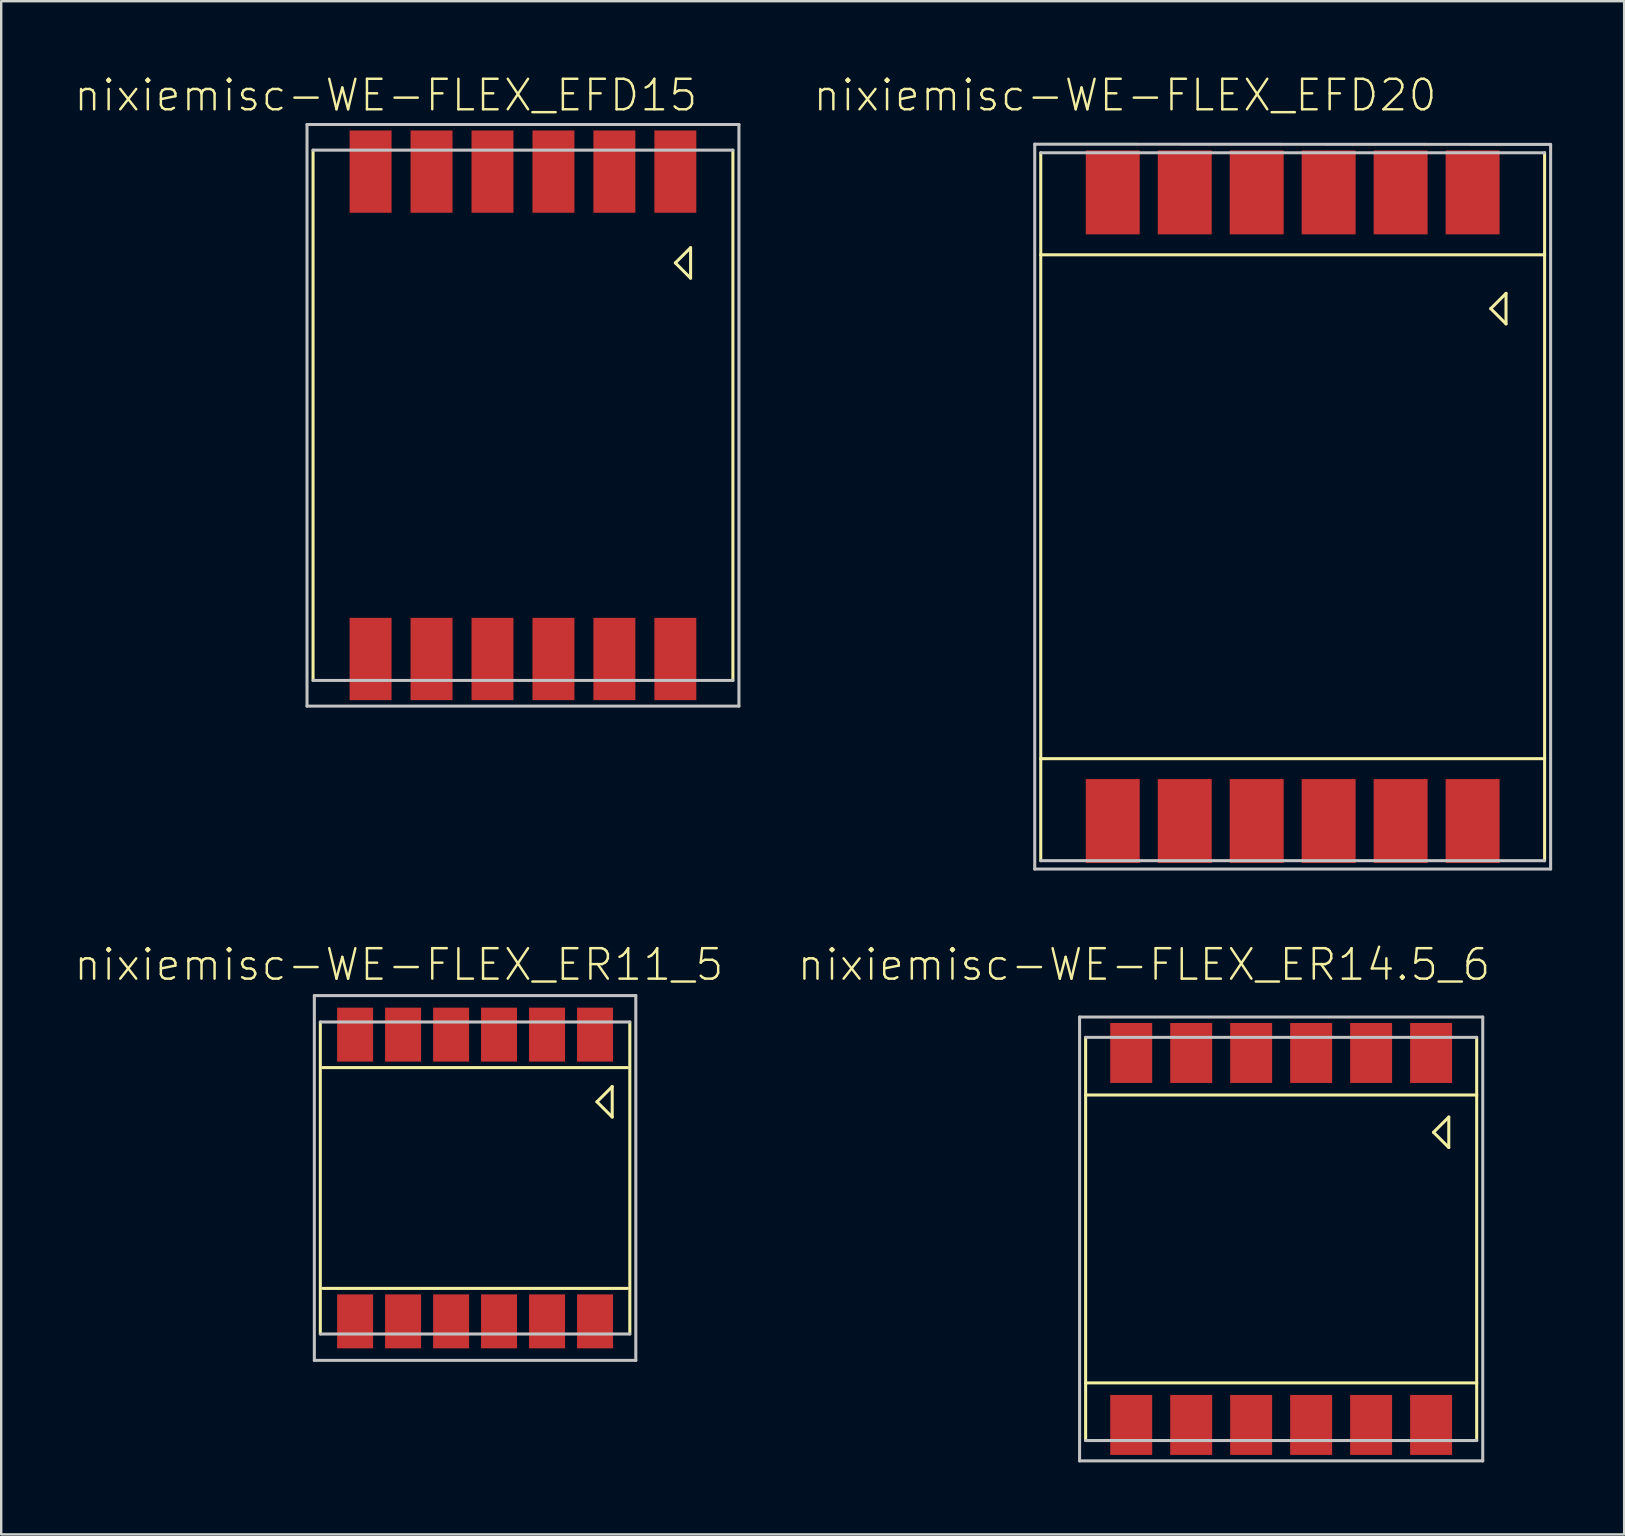
<source format=kicad_pcb>
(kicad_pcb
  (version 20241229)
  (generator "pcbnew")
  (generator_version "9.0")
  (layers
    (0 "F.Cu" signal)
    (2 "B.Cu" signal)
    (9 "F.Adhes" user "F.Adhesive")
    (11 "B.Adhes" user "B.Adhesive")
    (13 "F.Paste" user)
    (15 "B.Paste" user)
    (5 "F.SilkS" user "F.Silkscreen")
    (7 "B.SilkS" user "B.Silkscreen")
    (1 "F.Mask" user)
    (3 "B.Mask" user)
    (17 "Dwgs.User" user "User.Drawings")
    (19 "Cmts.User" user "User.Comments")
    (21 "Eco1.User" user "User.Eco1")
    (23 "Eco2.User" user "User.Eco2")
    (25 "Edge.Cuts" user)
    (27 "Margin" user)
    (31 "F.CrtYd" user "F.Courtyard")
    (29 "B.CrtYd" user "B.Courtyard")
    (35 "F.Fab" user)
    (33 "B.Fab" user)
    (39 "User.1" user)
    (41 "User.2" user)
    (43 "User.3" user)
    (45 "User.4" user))
  (footprint "nixiemisc-WE-FLEX_ER14.5_6"
    (layer "F.Cu")
    (at 50.338 48.579)
    (property "Reference" "nixiemisc-WE-FLEX_ER14.5_6" (at -5.715 -11.43 0) (unlocked yes) (layer "F.SilkS") (effects (font (size 1.27 1.27) (thickness 0.102))))
    (attr smd)
    (fp_line (start -8.148 -8.4) (end -8.148 -5.999) (stroke (width 0.127) (type solid)) (layer "F.SilkS"))
    (fp_line (start -8.148 -5.999) (end -8.148 5.999) (stroke (width 0.127) (type solid)) (layer "F.SilkS"))
    (fp_line (start -8.148 5.999) (end -8.148 8.4) (stroke (width 0.127) (type solid)) (layer "F.SilkS"))
    (fp_line (start 6.35 -4.445) (end 6.985 -5.08) (stroke (width 0.127) (type solid)) (layer "F.SilkS"))
    (fp_line (start 6.985 -5.08) (end 6.985 -3.81) (stroke (width 0.127) (type solid)) (layer "F.SilkS"))
    (fp_line (start 6.985 -3.81) (end 6.35 -4.445) (stroke (width 0.127) (type solid)) (layer "F.SilkS"))
    (fp_line (start 8.148 -5.999) (end -8.148 -5.999) (stroke (width 0.127) (type solid)) (layer "F.SilkS"))
    (fp_line (start 8.148 -5.999) (end 8.148 -8.4) (stroke (width 0.127) (type solid)) (layer "F.SilkS"))
    (fp_line (start 8.148 5.999) (end -8.148 5.999) (stroke (width 0.127) (type solid)) (layer "F.SilkS"))
    (fp_line (start 8.148 5.999) (end 8.148 -5.999) (stroke (width 0.127) (type solid)) (layer "F.SilkS"))
    (fp_line (start 8.148 8.4) (end 8.148 5.999) (stroke (width 0.127) (type solid)) (layer "F.SilkS"))
    (fp_line (start -8.4 -9.248) (end -8.4 9.248) (stroke (width 0.127) (type solid)) (layer "Dwgs.User"))
    (fp_line (start -8.4 9.248) (end 8.4 9.248) (stroke (width 0.127) (type solid)) (layer "Dwgs.User"))
    (fp_line (start -8.148 8.4) (end 8.148 8.4) (stroke (width 0.127) (type solid)) (layer "Dwgs.User"))
    (fp_line (start 8.148 -8.4) (end -8.148 -8.4) (stroke (width 0.127) (type solid)) (layer "Dwgs.User"))
    (fp_line (start 8.4 -9.248) (end -8.4 -9.248) (stroke (width 0.127) (type solid)) (layer "Dwgs.User"))
    (fp_line (start 8.4 9.248) (end 8.4 -9.248) (stroke (width 0.127) (type solid)) (layer "Dwgs.User"))
    (pad "1" smd rect (at 6.248 -7.75 180) (size 1.748 2.499) (layers "F.Cu" "F.Mask" "F.Paste"))
    (pad "2" smd rect (at 3.749 -7.75 180) (size 1.748 2.499) (layers "F.Cu" "F.Mask" "F.Paste"))
    (pad "3" smd rect (at 1.25 -7.75 180) (size 1.748 2.499) (layers "F.Cu" "F.Mask" "F.Paste"))
    (pad "4" smd rect (at -1.25 -7.75 180) (size 1.748 2.499) (layers "F.Cu" "F.Mask" "F.Paste"))
    (pad "5" smd rect (at -3.749 -7.75 180) (size 1.748 2.499) (layers "F.Cu" "F.Mask" "F.Paste"))
    (pad "6" smd rect (at -6.248 -7.75 180) (size 1.748 2.499) (layers "F.Cu" "F.Mask" "F.Paste"))
    (pad "7" smd rect (at -6.248 7.75 180) (size 1.748 2.499) (layers "F.Cu" "F.Mask" "F.Paste"))
    (pad "8" smd rect (at -3.749 7.75 180) (size 1.748 2.499) (layers "F.Cu" "F.Mask" "F.Paste"))
    (pad "9" smd rect (at -1.25 7.75 180) (size 1.748 2.499) (layers "F.Cu" "F.Mask" "F.Paste"))
    (pad "10" smd rect (at 1.25 7.75 180) (size 1.748 2.499) (layers "F.Cu" "F.Mask" "F.Paste"))
    (pad "11" smd rect (at 3.749 7.75 180) (size 1.748 2.499) (layers "F.Cu" "F.Mask" "F.Paste"))
    (pad "12" smd rect (at 6.248 7.75 180) (size 1.748 2.499) (layers "F.Cu" "F.Mask" "F.Paste")))
  (footprint "nixiemisc-WE-FLEX_EFD20"
    (layer "F.Cu")
    (at 50.818 18.066)
    (property "Reference" "nixiemisc-WE-FLEX_EFD20" (at -6.985 -17.145 0) (unlocked yes) (layer "F.SilkS") (effects (font (size 1.27 1.27) (thickness 0.102))))
    (attr smd)
    (fp_line (start -10.498 -14.75) (end -10.498 -10.498) (stroke (width 0.127) (type solid)) (layer "F.SilkS"))
    (fp_line (start -10.498 -10.498) (end -10.498 10.498) (stroke (width 0.127) (type solid)) (layer "F.SilkS"))
    (fp_line (start -10.498 10.498) (end -10.498 14.75) (stroke (width 0.127) (type solid)) (layer "F.SilkS"))
    (fp_line (start 8.255 -8.255) (end 8.89 -7.62) (stroke (width 0.127) (type solid)) (layer "F.SilkS"))
    (fp_line (start 8.89 -8.89) (end 8.255 -8.255) (stroke (width 0.127) (type solid)) (layer "F.SilkS"))
    (fp_line (start 8.89 -7.62) (end 8.89 -8.89) (stroke (width 0.127) (type solid)) (layer "F.SilkS"))
    (fp_line (start 10.498 -10.498) (end -10.498 -10.498) (stroke (width 0.127) (type solid)) (layer "F.SilkS"))
    (fp_line (start 10.498 -10.498) (end 10.498 -14.75) (stroke (width 0.127) (type solid)) (layer "F.SilkS"))
    (fp_line (start 10.498 10.498) (end -10.498 10.498) (stroke (width 0.127) (type solid)) (layer "F.SilkS"))
    (fp_line (start 10.498 10.498) (end 10.498 -10.498) (stroke (width 0.127) (type solid)) (layer "F.SilkS"))
    (fp_line (start 10.498 14.75) (end 10.498 10.498) (stroke (width 0.127) (type solid)) (layer "F.SilkS"))
    (fp_line (start -10.749 -15.108) (end -10.749 15.098) (stroke (width 0.127) (type solid)) (layer "Dwgs.User"))
    (fp_line (start -10.749 15.098) (end 10.749 15.098) (stroke (width 0.127) (type solid)) (layer "Dwgs.User"))
    (fp_line (start -10.498 14.75) (end 10.498 14.75) (stroke (width 0.127) (type solid)) (layer "Dwgs.User"))
    (fp_line (start 10.498 -14.75) (end -10.498 -14.75) (stroke (width 0.127) (type solid)) (layer "Dwgs.User"))
    (fp_line (start 10.749 -15.098) (end -10.749 -15.108) (stroke (width 0.127) (type solid)) (layer "Dwgs.User"))
    (fp_line (start 10.749 15.098) (end 10.749 -15.098) (stroke (width 0.127) (type solid)) (layer "Dwgs.User"))
    (pad "1" smd rect (at 7.498 -13.099 180) (size 2.248 3.498) (layers "F.Cu" "F.Mask" "F.Paste"))
    (pad "2" smd rect (at 4.498 -13.099 180) (size 2.248 3.498) (layers "F.Cu" "F.Mask" "F.Paste"))
    (pad "3" smd rect (at 1.499 -13.099 180) (size 2.248 3.498) (layers "F.Cu" "F.Mask" "F.Paste"))
    (pad "4" smd rect (at -1.499 -13.099 180) (size 2.248 3.498) (layers "F.Cu" "F.Mask" "F.Paste"))
    (pad "5" smd rect (at -4.498 -13.099 180) (size 2.248 3.498) (layers "F.Cu" "F.Mask" "F.Paste"))
    (pad "6" smd rect (at -7.498 -13.099 180) (size 2.248 3.498) (layers "F.Cu" "F.Mask" "F.Paste"))
    (pad "7" smd rect (at -7.498 13.099 180) (size 2.248 3.498) (layers "F.Cu" "F.Mask" "F.Paste"))
    (pad "8" smd rect (at -4.498 13.099 180) (size 2.248 3.498) (layers "F.Cu" "F.Mask" "F.Paste"))
    (pad "9" smd rect (at -1.499 13.099 180) (size 2.248 3.498) (layers "F.Cu" "F.Mask" "F.Paste"))
    (pad "10" smd rect (at 1.499 13.099 180) (size 2.248 3.498) (layers "F.Cu" "F.Mask" "F.Paste"))
    (pad "11" smd rect (at 4.498 13.099 180) (size 2.248 3.498) (layers "F.Cu" "F.Mask" "F.Paste"))
    (pad "12" smd rect (at 7.498 13.099 180) (size 2.248 3.498) (layers "F.Cu" "F.Mask" "F.Paste")))
  (footprint "nixiemisc-WE-FLEX_EFD15"
    (layer "F.Cu")
    (at 18.743 14.256)
    (property "Reference" "nixiemisc-WE-FLEX_EFD15" (at -5.715 -13.335 0) (unlocked yes) (layer "F.SilkS") (effects (font (size 1.27 1.27) (thickness 0.102))))
    (attr smd)
    (fp_line (start -8.748 -11.049) (end -8.748 11.049) (stroke (width 0.127) (type solid)) (layer "F.SilkS"))
    (fp_line (start 6.35 -6.35) (end 6.985 -5.715) (stroke (width 0.127) (type solid)) (layer "F.SilkS"))
    (fp_line (start 6.985 -6.985) (end 6.35 -6.35) (stroke (width 0.127) (type solid)) (layer "F.SilkS"))
    (fp_line (start 6.985 -5.715) (end 6.985 -6.985) (stroke (width 0.127) (type solid)) (layer "F.SilkS"))
    (fp_line (start 8.748 11.049) (end 8.748 -11.049) (stroke (width 0.127) (type solid)) (layer "F.SilkS"))
    (fp_line (start -8.999 -12.118) (end -8.999 12.118) (stroke (width 0.127) (type solid)) (layer "Dwgs.User"))
    (fp_line (start -8.999 12.118) (end 8.999 12.118) (stroke (width 0.127) (type solid)) (layer "Dwgs.User"))
    (fp_line (start -8.748 11.049) (end 8.748 11.049) (stroke (width 0.127) (type solid)) (layer "Dwgs.User"))
    (fp_line (start 8.748 -11.049) (end -8.748 -11.049) (stroke (width 0.127) (type solid)) (layer "Dwgs.User"))
    (fp_line (start 8.999 -12.118) (end -8.999 -12.118) (stroke (width 0.127) (type solid)) (layer "Dwgs.User"))
    (fp_line (start 8.999 12.118) (end 8.999 -12.118) (stroke (width 0.127) (type solid)) (layer "Dwgs.User"))
    (pad "1" smd rect (at 6.35 -10.155 180) (size 1.748 3.429) (layers "F.Cu" "F.Mask" "F.Paste"))
    (pad "2" smd rect (at 3.81 -10.155 180) (size 1.748 3.429) (layers "F.Cu" "F.Mask" "F.Paste"))
    (pad "3" smd rect (at 1.27 -10.155 180) (size 1.748 3.429) (layers "F.Cu" "F.Mask" "F.Paste"))
    (pad "4" smd rect (at -1.27 -10.155 180) (size 1.748 3.429) (layers "F.Cu" "F.Mask" "F.Paste"))
    (pad "5" smd rect (at -3.81 -10.155 180) (size 1.748 3.429) (layers "F.Cu" "F.Mask" "F.Paste"))
    (pad "6" smd rect (at -6.35 -10.155 180) (size 1.748 3.429) (layers "F.Cu" "F.Mask" "F.Paste"))
    (pad "7" smd rect (at -6.35 10.155 180) (size 1.748 3.429) (layers "F.Cu" "F.Mask" "F.Paste"))
    (pad "8" smd rect (at -3.81 10.155 180) (size 1.748 3.429) (layers "F.Cu" "F.Mask" "F.Paste"))
    (pad "9" smd rect (at -1.27 10.155 180) (size 1.748 3.429) (layers "F.Cu" "F.Mask" "F.Paste"))
    (pad "10" smd rect (at 1.27 10.155 180) (size 1.748 3.429) (layers "F.Cu" "F.Mask" "F.Paste"))
    (pad "11" smd rect (at 3.81 10.155 180) (size 1.748 3.429) (layers "F.Cu" "F.Mask" "F.Paste"))
    (pad "12" smd rect (at 6.35 10.155 180) (size 1.748 3.429) (layers "F.Cu" "F.Mask" "F.Paste")))
  (footprint "nixiemisc-WE-FLEX_ER11_5"
    (layer "F.Cu")
    (at 16.747 46.039)
    (property "Reference" "nixiemisc-WE-FLEX_ER11_5" (at -3.175 -8.89 0) (unlocked yes) (layer "F.SilkS") (effects (font (size 1.27 1.27) (thickness 0.102))))
    (attr smd)
    (fp_line (start -6.449 -6.5) (end -6.449 6.5) (stroke (width 0.127) (type solid)) (layer "F.SilkS"))
    (fp_line (start 5.08 -3.175) (end 5.715 -3.81) (stroke (width 0.127) (type solid)) (layer "F.SilkS"))
    (fp_line (start 5.715 -3.81) (end 5.715 -2.54) (stroke (width 0.127) (type solid)) (layer "F.SilkS"))
    (fp_line (start 5.715 -2.54) (end 5.08 -3.175) (stroke (width 0.127) (type solid)) (layer "F.SilkS"))
    (fp_line (start 6.35 -4.6) (end -6.35 -4.6) (stroke (width 0.127) (type solid)) (layer "F.SilkS"))
    (fp_line (start 6.35 4.6) (end -6.35 4.6) (stroke (width 0.127) (type solid)) (layer "F.SilkS"))
    (fp_line (start 6.449 6.5) (end 6.449 -6.5) (stroke (width 0.127) (type solid)) (layer "F.SilkS"))
    (fp_line (start -6.698 -7.6) (end -6.698 7.6) (stroke (width 0.127) (type solid)) (layer "Dwgs.User"))
    (fp_line (start -6.698 7.6) (end 6.698 7.6) (stroke (width 0.127) (type solid)) (layer "Dwgs.User"))
    (fp_line (start -6.449 6.5) (end 6.449 6.5) (stroke (width 0.127) (type solid)) (layer "Dwgs.User"))
    (fp_line (start 6.449 -6.5) (end -6.449 -6.5) (stroke (width 0.127) (type solid)) (layer "Dwgs.User"))
    (fp_line (start 6.698 -7.6) (end -6.698 -7.6) (stroke (width 0.127) (type solid)) (layer "Dwgs.User"))
    (fp_line (start 6.698 7.6) (end 6.698 -7.6) (stroke (width 0.127) (type solid)) (layer "Dwgs.User"))
    (pad "1" smd rect (at 4.999 -5.974 180) (size 1.499 2.248) (layers "F.Cu" "F.Mask" "F.Paste"))
    (pad "2" smd rect (at 3 -5.974 180) (size 1.499 2.248) (layers "F.Cu" "F.Mask" "F.Paste"))
    (pad "3" smd rect (at 0.998 -5.974 180) (size 1.499 2.248) (layers "F.Cu" "F.Mask" "F.Paste"))
    (pad "4" smd rect (at -0.998 -5.974 180) (size 1.499 2.248) (layers "F.Cu" "F.Mask" "F.Paste"))
    (pad "5" smd rect (at -3 -5.974 180) (size 1.499 2.248) (layers "F.Cu" "F.Mask" "F.Paste"))
    (pad "6" smd rect (at -4.999 -5.974 180) (size 1.499 2.248) (layers "F.Cu" "F.Mask" "F.Paste"))
    (pad "7" smd rect (at -4.999 5.974 180) (size 1.499 2.248) (layers "F.Cu" "F.Mask" "F.Paste"))
    (pad "8" smd rect (at -3 5.974 180) (size 1.499 2.248) (layers "F.Cu" "F.Mask" "F.Paste"))
    (pad "9" smd rect (at -0.998 5.974 180) (size 1.499 2.248) (layers "F.Cu" "F.Mask" "F.Paste"))
    (pad "10" smd rect (at 0.998 5.974 180) (size 1.499 2.248) (layers "F.Cu" "F.Mask" "F.Paste"))
    (pad "11" smd rect (at 3 5.974 180) (size 1.499 2.248) (layers "F.Cu" "F.Mask" "F.Paste"))
    (pad "12" smd rect (at 4.999 5.974 180) (size 1.499 2.248) (layers "F.Cu" "F.Mask" "F.Paste")))
  (gr_rect
    (start -3 -3)
    (end 64.631 60.89)
    (stroke (width 0.1) (type default))
    (fill no)
    (layer "Edge.Cuts")))
</source>
